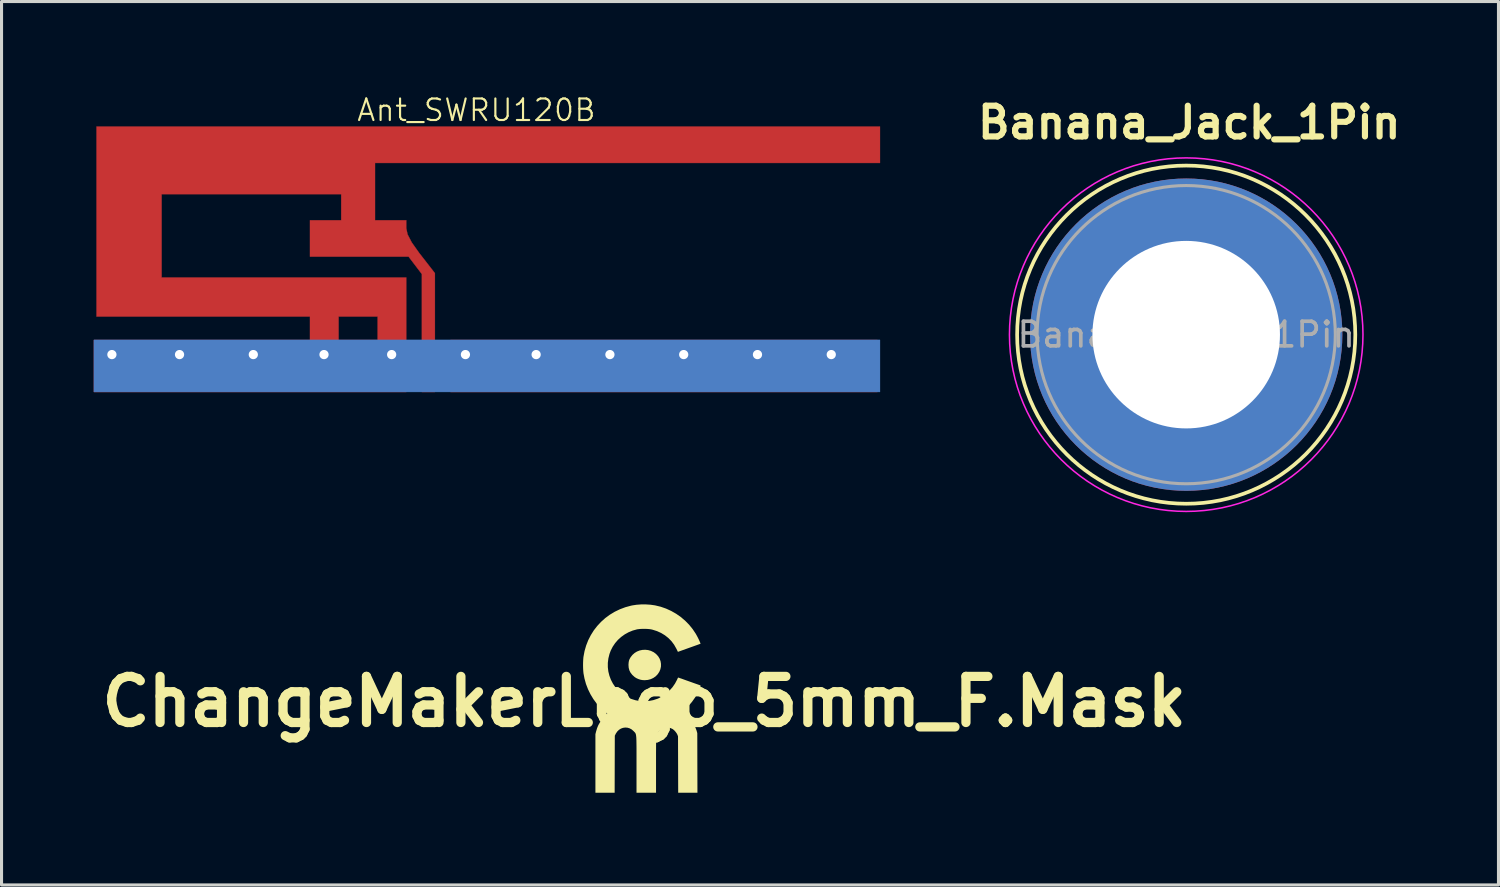
<source format=kicad_pcb>
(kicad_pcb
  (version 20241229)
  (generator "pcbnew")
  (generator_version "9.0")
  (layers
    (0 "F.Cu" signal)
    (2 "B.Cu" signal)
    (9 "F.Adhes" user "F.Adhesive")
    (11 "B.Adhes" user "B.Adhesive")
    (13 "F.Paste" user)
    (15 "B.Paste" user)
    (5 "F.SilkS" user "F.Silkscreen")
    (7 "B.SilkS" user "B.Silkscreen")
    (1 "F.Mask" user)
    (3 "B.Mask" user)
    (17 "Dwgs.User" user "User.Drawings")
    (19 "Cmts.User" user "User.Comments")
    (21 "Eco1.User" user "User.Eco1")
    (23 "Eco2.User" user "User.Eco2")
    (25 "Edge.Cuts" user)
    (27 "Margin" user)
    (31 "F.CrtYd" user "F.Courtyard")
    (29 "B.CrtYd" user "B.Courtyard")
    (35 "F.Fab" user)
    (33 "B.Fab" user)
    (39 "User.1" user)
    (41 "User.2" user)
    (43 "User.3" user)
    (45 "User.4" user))
  (footprint "ChangeMakerLogo_5mm_F.Mask"
    (layer "F.Cu")
    (at 17.907 19.774)
    (property "Reference" "ChangeMakerLogo_5mm_F.Mask" (at 0 0 0) (layer "F.SilkS") (effects (font (size 1.5 1.5) (thickness 0.3))))
    (attr board_only exclude_from_pos_files exclude_from_bom)
    (fp_poly (pts (xy 0.125 -1.678) (xy 0.216 -1.652) (xy 0.303 -1.61) (xy 0.316 -1.602) (xy 0.391 -1.543) (xy 0.453 -1.475) (xy 0.499 -1.399) (xy 0.53 -1.316) (xy 0.544 -1.23) (xy 0.543 -1.141) (xy 0.524 -1.053) (xy 0.49 -0.972) (xy 0.438 -0.893) (xy 0.374 -0.826) (xy 0.297 -0.772) (xy 0.212 -0.732) (xy 0.118 -0.707) (xy 0.018 -0.698) (xy -0.063 -0.702) (xy -0.129 -0.715) (xy -0.197 -0.738) (xy -0.262 -0.768) (xy -0.315 -0.803) (xy -0.316 -0.804) (xy -0.389 -0.87) (xy -0.445 -0.941) (xy -0.484 -1.017) (xy -0.506 -1.1) (xy -0.513 -1.192) (xy -0.512 -1.219) (xy -0.507 -1.282) (xy -0.497 -1.333) (xy -0.48 -1.38) (xy -0.454 -1.428) (xy -0.443 -1.446) (xy -0.385 -1.52) (xy -0.316 -1.582) (xy -0.238 -1.63) (xy -0.152 -1.664) (xy -0.062 -1.683) (xy 0.031 -1.688)) (stroke (width 0) (type solid)) (fill yes) (layer "F.SilkS"))
    (fp_poly (pts (xy 0.205 -3.153) (xy 0.35 -3.132) (xy 0.355 -3.131) (xy 0.534 -3.088) (xy 0.709 -3.027) (xy 0.877 -2.95) (xy 1.037 -2.859) (xy 1.189 -2.753) (xy 1.33 -2.633) (xy 1.459 -2.502) (xy 1.575 -2.359) (xy 1.677 -2.206) (xy 1.726 -2.117) (xy 1.747 -2.076) (xy 1.769 -2.032) (xy 1.789 -1.988) (xy 1.807 -1.948) (xy 1.82 -1.915) (xy 1.829 -1.893) (xy 1.83 -1.884) (xy 1.821 -1.88) (xy 1.796 -1.871) (xy 1.757 -1.857) (xy 1.707 -1.839) (xy 1.646 -1.817) (xy 1.576 -1.792) (xy 1.5 -1.765) (xy 1.461 -1.751) (xy 1.095 -1.62) (xy 1.043 -1.725) (xy 0.971 -1.852) (xy 0.885 -1.967) (xy 0.785 -2.069) (xy 0.673 -2.158) (xy 0.55 -2.233) (xy 0.416 -2.294) (xy 0.272 -2.34) (xy 0.22 -2.352) (xy 0.163 -2.36) (xy 0.094 -2.366) (xy 0.017 -2.368) (xy -0.061 -2.368) (xy -0.136 -2.364) (xy -0.201 -2.357) (xy -0.234 -2.352) (xy -0.375 -2.313) (xy -0.509 -2.258) (xy -0.634 -2.189) (xy -0.751 -2.105) (xy -0.856 -2.01) (xy -0.948 -1.903) (xy -1.027 -1.786) (xy -1.091 -1.66) (xy -1.131 -1.552) (xy -1.167 -1.408) (xy -1.185 -1.263) (xy -1.185 -1.12) (xy -1.168 -0.98) (xy -1.134 -0.844) (xy -1.085 -0.713) (xy -1.02 -0.588) (xy -0.941 -0.472) (xy -0.847 -0.365) (xy -0.74 -0.269) (xy -0.62 -0.185) (xy -0.551 -0.146) (xy -0.419 -0.087) (xy -0.282 -0.045) (xy -0.14 -0.02) (xy 0.004 -0.012) (xy 0.148 -0.022) (xy 0.291 -0.049) (xy 0.43 -0.094) (xy 0.454 -0.104) (xy 0.529 -0.141) (xy 0.61 -0.19) (xy 0.692 -0.249) (xy 0.77 -0.313) (xy 0.819 -0.359) (xy 0.918 -0.469) (xy 1 -0.588) (xy 1.061 -0.702) (xy 1.077 -0.736) (xy 1.09 -0.764) (xy 1.099 -0.781) (xy 1.1 -0.784) (xy 1.109 -0.782) (xy 1.133 -0.775) (xy 1.169 -0.762) (xy 1.215 -0.747) (xy 1.267 -0.728) (xy 1.278 -0.724) (xy 1.375 -0.689) (xy 1.457 -0.66) (xy 1.525 -0.636) (xy 1.58 -0.616) (xy 1.625 -0.6) (xy 1.662 -0.587) (xy 1.691 -0.577) (xy 1.716 -0.568) (xy 1.737 -0.561) (xy 1.753 -0.555) (xy 1.794 -0.541) (xy 1.82 -0.53) (xy 1.833 -0.518) (xy 1.834 -0.501) (xy 1.826 -0.476) (xy 1.813 -0.443) (xy 1.744 -0.29) (xy 1.656 -0.139) (xy 1.553 0.006) (xy 1.436 0.145) (xy 1.324 0.258) (xy 1.234 0.343) (xy 1.296 0.383) (xy 1.36 0.43) (xy 1.426 0.488) (xy 1.488 0.552) (xy 1.534 0.607) (xy 1.569 0.658) (xy 1.605 0.722) (xy 1.641 0.791) (xy 1.672 0.861) (xy 1.696 0.925) (xy 1.704 0.949) (xy 1.725 1.024) (xy 1.727 1.994) (xy 1.73 2.963) (xy 1.417 2.963) (xy 1.104 2.963) (xy 1.101 2.045) (xy 1.098 1.127) (xy 1.077 1.073) (xy 1.053 1.028) (xy 1.018 0.98) (xy 0.978 0.936) (xy 0.936 0.9) (xy 0.925 0.892) (xy 0.858 0.861) (xy 0.787 0.845) (xy 0.712 0.844) (xy 0.64 0.858) (xy 0.572 0.886) (xy 0.511 0.927) (xy 0.474 0.966) (xy 0.459 0.984) (xy 0.446 1) (xy 0.435 1.015) (xy 0.425 1.03) (xy 0.417 1.047) (xy 0.409 1.066) (xy 0.403 1.089) (xy 0.398 1.117) (xy 0.394 1.151) (xy 0.391 1.193) (xy 0.388 1.243) (xy 0.386 1.302) (xy 0.385 1.372) (xy 0.384 1.454) (xy 0.384 1.549) (xy 0.383 1.659) (xy 0.383 1.783) (xy 0.383 1.924) (xy 0.383 2.063) (xy 0.383 2.963) (xy 0.065 2.963) (xy -0.252 2.963) (xy -0.252 2.043) (xy -0.252 1.886) (xy -0.252 1.747) (xy -0.252 1.624) (xy -0.252 1.517) (xy -0.253 1.423) (xy -0.254 1.343) (xy -0.255 1.274) (xy -0.257 1.217) (xy -0.259 1.168) (xy -0.263 1.129) (xy -0.267 1.096) (xy -0.272 1.07) (xy -0.278 1.048) (xy -0.286 1.031) (xy -0.294 1.016) (xy -0.304 1.003) (xy -0.316 0.991) (xy -0.329 0.978) (xy -0.343 0.963) (xy -0.347 0.959) (xy -0.408 0.905) (xy -0.476 0.868) (xy -0.547 0.847) (xy -0.619 0.842) (xy -0.691 0.852) (xy -0.76 0.877) (xy -0.823 0.917) (xy -0.879 0.972) (xy -0.925 1.04) (xy -0.932 1.055) (xy -0.958 1.108) (xy -0.961 2.036) (xy -0.963 2.963) (xy -1.276 2.963) (xy -1.589 2.963) (xy -1.589 2.011) (xy -1.589 1.059) (xy -1.567 0.97) (xy -1.534 0.861) (xy -1.494 0.765) (xy -1.443 0.676) (xy -1.379 0.59) (xy -1.3 0.504) (xy -1.297 0.501) (xy -1.257 0.46) (xy -1.23 0.431) (xy -1.213 0.41) (xy -1.206 0.397) (xy -1.207 0.389) (xy -1.208 0.388) (xy -1.22 0.378) (xy -1.243 0.359) (xy -1.273 0.334) (xy -1.295 0.316) (xy -1.426 0.196) (xy -1.547 0.063) (xy -1.655 -0.083) (xy -1.749 -0.239) (xy -1.83 -0.404) (xy -1.896 -0.576) (xy -1.945 -0.754) (xy -1.977 -0.923) (xy -1.984 -0.997) (xy -1.989 -1.083) (xy -1.991 -1.176) (xy -1.99 -1.27) (xy -1.986 -1.359) (xy -1.98 -1.438) (xy -1.977 -1.46) (xy -1.942 -1.647) (xy -1.89 -1.827) (xy -1.822 -2) (xy -1.738 -2.164) (xy -1.641 -2.319) (xy -1.529 -2.463) (xy -1.404 -2.597) (xy -1.268 -2.719) (xy -1.12 -2.828) (xy -0.961 -2.924) (xy -0.793 -3.005) (xy -0.615 -3.072) (xy -0.43 -3.122) (xy -0.388 -3.131) (xy -0.249 -3.152) (xy -0.1 -3.163) (xy 0.053 -3.163)) (stroke (width 0) (type solid)) (fill yes) (layer "F.SilkS")))
  (footprint "Banana_Jack_1Pin"
    (layer "F.Cu")
    (at 35.536 7.836)
    (property "Reference" "Banana_Jack_1Pin" (at 0.1 -6.9 0) (layer "F.SilkS") (effects (font (size 1 1) (thickness 0.2))))
    (attr through_hole)
    (fp_circle (center 0 0) (end 5.5 0) (stroke (width 0.12) (type solid)) (fill no) (layer "F.SilkS"))
    (fp_circle (center 0 0) (end 5.75 0) (stroke (width 0.05) (type solid)) (fill no) (layer "F.CrtYd"))
    (fp_circle (center 0 0) (end 2 0) (stroke (width 0.1) (type solid)) (fill no) (layer "F.Fab"))
    (fp_circle (center 0 0) (end 4.85 0.05) (stroke (width 0.1) (type solid)) (fill no) (layer "F.Fab"))
    (fp_text user "${REFERENCE}" (at 0 0 0) (layer "F.Fab") (effects (font (size 0.8 0.8) (thickness 0.12))))
    (pad "1" thru_hole circle (at 0 0) (size 10.16 10.16) (drill 6.1) (layers "*.Cu" "*.Mask")))
  (footprint "Ant_SWRU120B"
    (layer "F.Cu")
    (at 12.79 5.384)
    (property "Reference" "Ant_SWRU120B" (at -0.343 -4.851 0) (layer "F.SilkS") (effects (font (size 0.7 0.7) (thickness 0.07))))
    (attr through_hole)
    (fp_poly (pts (xy 12.7 4.318) (xy -1.185 4.318) (xy -1.185 2.625) (xy 12.7 2.625) (xy 12.7 4.318)) (stroke (width 0.01) (type solid)) (fill yes) (layer "F.Cu"))
    (fp_poly (pts (xy 12.785 -3.133) (xy -3.641 -3.133) (xy -3.641 -1.27) (xy -2.625 -1.27) (xy -2.625 -1.008) (xy -2.582 -0.808) (xy -2.447 -0.548) (xy -2.203 -0.203) (xy -2.159 -0.147) (xy -1.693 0.452) (xy -1.693 4.318) (xy -2.117 4.318) (xy -2.117 2.4) (xy -2.117 0.482) (xy -2.333 0.198) (xy -2.549 -0.085) (xy -5.757 -0.085) (xy -5.757 -1.27) (xy -4.741 -1.27) (xy -4.741 -2.117) (xy -10.583 -2.117) (xy -10.583 0.593) (xy -2.625 0.593) (xy -2.625 4.318) (xy -12.785 4.318) (xy -12.785 2.625) (xy -5.757 2.625) (xy -5.757 1.863) (xy -4.826 1.863) (xy -4.826 2.625) (xy -3.556 2.625) (xy -3.556 1.863) (xy -4.826 1.863) (xy -5.757 1.863) (xy -12.7 1.863) (xy -12.7 -4.318) (xy 12.785 -4.318) (xy 12.785 -3.133)) (stroke (width 0.01) (type solid)) (fill yes) (layer "F.Cu"))
    (fp_poly (pts (xy 12.785 4.316) (xy -12.785 4.316) (xy -12.785 2.623) (xy 12.785 2.623) (xy 12.785 4.316)) (stroke (width 0.01) (type solid)) (fill yes) (layer "B.Cu"))
    (pad "" thru_hole circle (at -12.2 3.1) (size 0.5 0.5) (drill 0.3) (layers "*.Cu" "*.Mask"))
    (pad "" thru_hole circle (at -10 3.1) (size 0.5 0.5) (drill 0.3) (layers "*.Cu" "*.Mask"))
    (pad "" thru_hole circle (at -7.6 3.1) (size 0.5 0.5) (drill 0.3) (layers "*.Cu" "*.Mask"))
    (pad "" thru_hole circle (at -5.3 3.1) (size 0.5 0.5) (drill 0.3) (layers "*.Cu" "*.Mask"))
    (pad "" thru_hole circle (at -0.7 3.1) (size 0.5 0.5) (drill 0.3) (layers "*.Cu" "*.Mask"))
    (pad "" thru_hole circle (at 1.6 3.1) (size 0.5 0.5) (drill 0.3) (layers "*.Cu" "*.Mask"))
    (pad "" thru_hole circle (at 4 3.1) (size 0.5 0.5) (drill 0.3) (layers "*.Cu" "*.Mask"))
    (pad "" thru_hole circle (at 6.4 3.1) (size 0.5 0.5) (drill 0.3) (layers "*.Cu" "*.Mask"))
    (pad "" thru_hole circle (at 8.8 3.1) (size 0.5 0.5) (drill 0.3) (layers "*.Cu" "*.Mask"))
    (pad "" thru_hole circle (at 11.2 3.1) (size 0.5 0.5) (drill 0.3) (layers "*.Cu" "*.Mask"))
    (pad "1" smd circle (at -1.9 4.1) (size 0.4 0.4) (layers "F.Cu" "F.Paste"))
    (pad "2" thru_hole circle (at -3.1 3.1) (size 0.5 0.5) (drill 0.3) (layers "*.Cu" "*.Mask")))
  (gr_rect
    (start -3 -3)
    (end 45.694 25.737)
    (stroke (width 0.1) (type default))
    (fill no)
    (layer "Edge.Cuts")))
</source>
